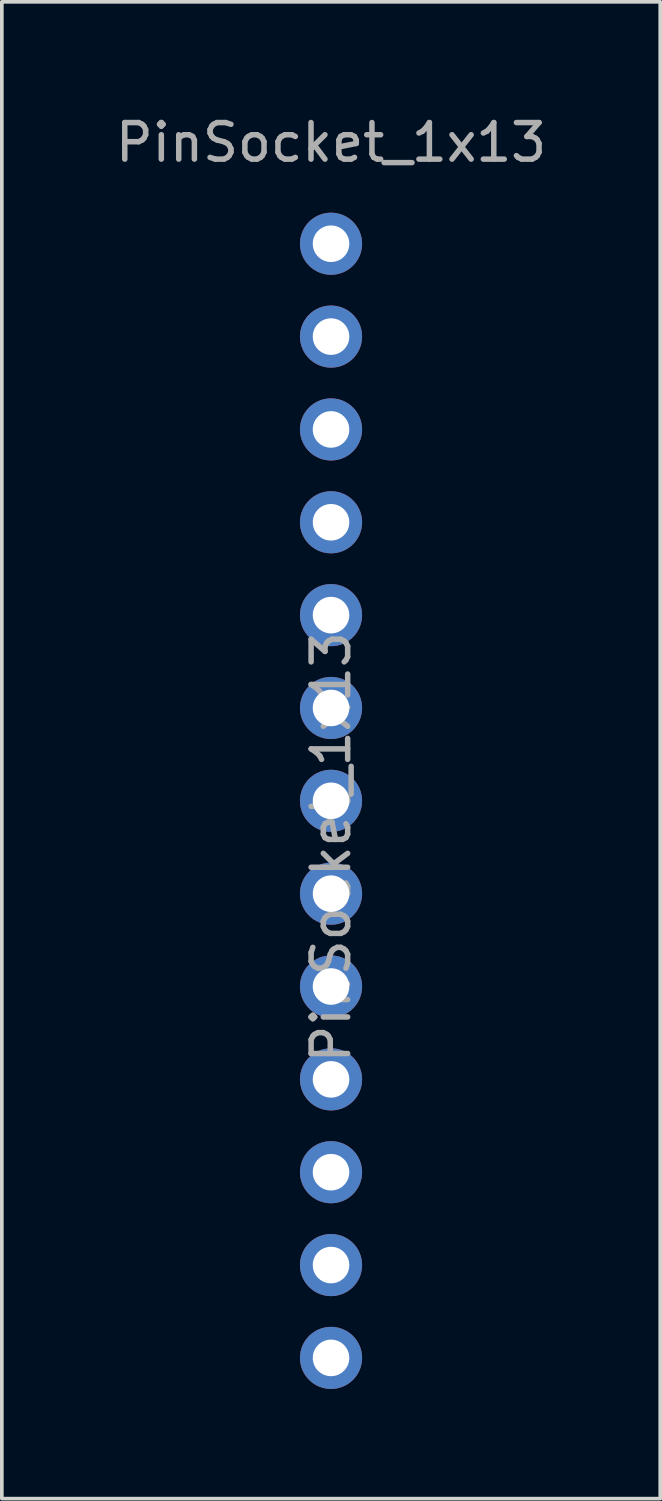
<source format=kicad_pcb>
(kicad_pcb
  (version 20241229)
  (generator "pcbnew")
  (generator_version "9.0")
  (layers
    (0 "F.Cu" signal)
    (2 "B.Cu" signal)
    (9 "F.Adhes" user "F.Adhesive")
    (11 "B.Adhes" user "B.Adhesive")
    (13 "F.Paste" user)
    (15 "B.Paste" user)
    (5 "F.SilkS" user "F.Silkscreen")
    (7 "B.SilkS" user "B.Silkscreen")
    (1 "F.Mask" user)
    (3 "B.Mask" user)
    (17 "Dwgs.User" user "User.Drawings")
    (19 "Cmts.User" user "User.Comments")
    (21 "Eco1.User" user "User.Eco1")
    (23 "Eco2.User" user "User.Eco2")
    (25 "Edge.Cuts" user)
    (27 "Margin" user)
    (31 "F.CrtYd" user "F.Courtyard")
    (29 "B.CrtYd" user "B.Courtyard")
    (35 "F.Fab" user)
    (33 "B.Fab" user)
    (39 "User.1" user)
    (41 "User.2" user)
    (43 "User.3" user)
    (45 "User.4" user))
  (footprint "PinSocket_1x13"
    (layer "F.Cu")
    (at 6.006 3.618)
    (property "Reference" "PinSocket_1x13" (at 0 -2.77 0) (layer "F.Fab") (effects (font (size 1 1) (thickness 0.15))))
    (attr through_hole)
    (fp_text user "${REFERENCE}" (at 0 16.51 90) (layer "F.Fab") (effects (font (size 1 1) (thickness 0.15))))
    (pad "1" thru_hole circle (at 0 0) (size 1.7 1.7) (drill 1) (layers "*.Cu" "*.Mask"))
    (pad "2" thru_hole oval (at 0 2.54) (size 1.7 1.7) (drill 1) (layers "*.Cu" "*.Mask"))
    (pad "3" thru_hole oval (at 0 5.08) (size 1.7 1.7) (drill 1) (layers "*.Cu" "*.Mask"))
    (pad "4" thru_hole oval (at 0 7.62) (size 1.7 1.7) (drill 1) (layers "*.Cu" "*.Mask"))
    (pad "5" thru_hole oval (at 0 10.16) (size 1.7 1.7) (drill 1) (layers "*.Cu" "*.Mask"))
    (pad "6" thru_hole oval (at 0 12.7) (size 1.7 1.7) (drill 1) (layers "*.Cu" "*.Mask"))
    (pad "7" thru_hole oval (at 0 15.24) (size 1.7 1.7) (drill 1) (layers "*.Cu" "*.Mask"))
    (pad "8" thru_hole oval (at 0 17.78) (size 1.7 1.7) (drill 1) (layers "*.Cu" "*.Mask"))
    (pad "9" thru_hole oval (at 0 20.32) (size 1.7 1.7) (drill 1) (layers "*.Cu" "*.Mask"))
    (pad "10" thru_hole oval (at 0 22.86) (size 1.7 1.7) (drill 1) (layers "*.Cu" "*.Mask"))
    (pad "11" thru_hole oval (at 0 25.4) (size 1.7 1.7) (drill 1) (layers "*.Cu" "*.Mask"))
    (pad "12" thru_hole oval (at 0 27.94) (size 1.7 1.7) (drill 1) (layers "*.Cu" "*.Mask"))
    (pad "13" thru_hole oval (at 0 30.48) (size 1.7 1.7) (drill 1) (layers "*.Cu" "*.Mask")))
  (gr_rect
    (start -3 -3)
    (end 15.012 37.948)
    (stroke (width 0.1) (type default))
    (fill no)
    (layer "Edge.Cuts")))
</source>
